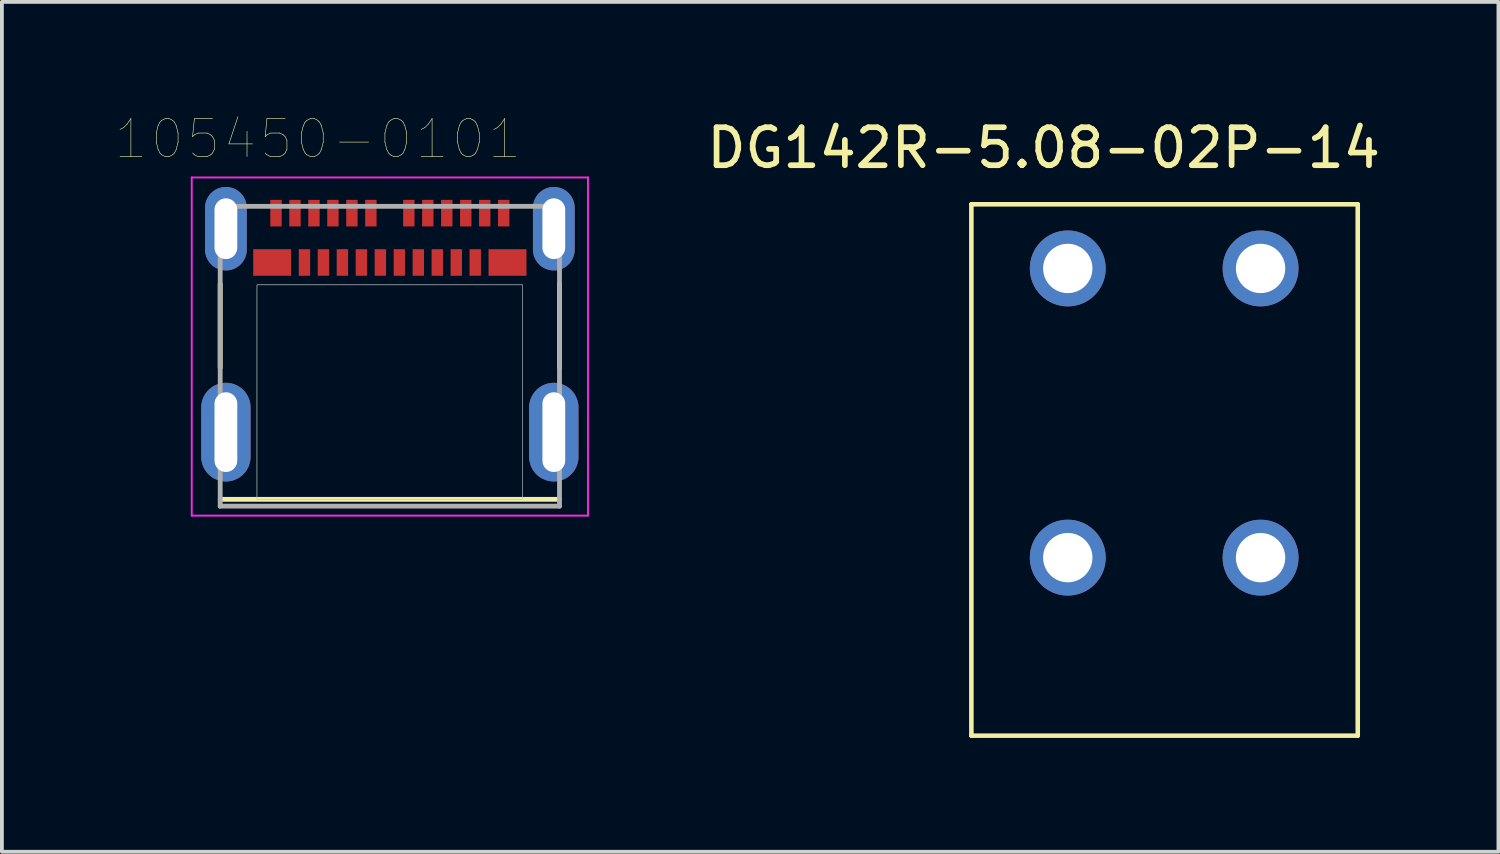
<source format=kicad_pcb>
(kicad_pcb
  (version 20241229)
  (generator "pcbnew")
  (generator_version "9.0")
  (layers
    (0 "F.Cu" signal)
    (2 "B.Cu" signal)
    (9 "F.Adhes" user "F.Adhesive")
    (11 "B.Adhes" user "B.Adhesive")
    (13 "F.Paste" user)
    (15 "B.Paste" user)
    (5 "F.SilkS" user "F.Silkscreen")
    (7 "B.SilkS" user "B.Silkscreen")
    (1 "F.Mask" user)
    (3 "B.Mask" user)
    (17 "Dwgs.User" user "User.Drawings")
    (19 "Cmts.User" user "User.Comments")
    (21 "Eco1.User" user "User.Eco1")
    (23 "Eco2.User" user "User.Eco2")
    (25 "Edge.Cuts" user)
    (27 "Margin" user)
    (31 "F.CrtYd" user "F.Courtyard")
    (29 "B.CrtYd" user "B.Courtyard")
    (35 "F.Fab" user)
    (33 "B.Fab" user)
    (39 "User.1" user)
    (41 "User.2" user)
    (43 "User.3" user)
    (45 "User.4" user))
  (footprint "105450-0101"
    (layer "F.Cu")
    (at 7.222 6.336)
    (property "Reference" "105450-0101" (at -1.899 -5.723 0) (layer "F.SilkS") (effects (font (size 1.004 1.004) (thickness 0.015))))
    (attr through_hole)
    (fp_line (start -4.47 0.3) (end -4.47 -1.9) (stroke (width 0.127) (type solid)) (layer "F.SilkS"))
    (fp_line (start -4.47 3.77) (end 4.47 3.77) (stroke (width 0.127) (type solid)) (layer "F.SilkS"))
    (fp_line (start 4.47 0.3) (end 4.47 -1.9) (stroke (width 0.127) (type solid)) (layer "F.SilkS"))
    (fp_poly (pts (xy -3.502 -1.88) (xy 3.5 -1.88) (xy 3.5 3.773) (xy -3.502 3.773)) (stroke (width 0.01) (type solid)) (fill no) (layer "Dwgs.User"))
    (fp_poly (pts (xy -3.501 -1.88) (xy 3.5 -1.88) (xy 3.5 3.771) (xy -3.501 3.771)) (stroke (width 0.01) (type solid)) (fill no) (layer "Dwgs.User"))
    (fp_line (start -5.22 -4.71) (end 5.22 -4.71) (stroke (width 0.05) (type solid)) (layer "F.CrtYd"))
    (fp_line (start -5.22 4.2) (end -5.22 -4.71) (stroke (width 0.05) (type solid)) (layer "F.CrtYd"))
    (fp_line (start 5.22 -4.71) (end 5.22 4.2) (stroke (width 0.05) (type solid)) (layer "F.CrtYd"))
    (fp_line (start 5.22 4.2) (end -5.22 4.2) (stroke (width 0.05) (type solid)) (layer "F.CrtYd"))
    (fp_line (start -4.47 -3.95) (end -4.47 3.95) (stroke (width 0.127) (type solid)) (layer "F.Fab"))
    (fp_line (start -4.47 3.95) (end 4.47 3.95) (stroke (width 0.127) (type solid)) (layer "F.Fab"))
    (fp_line (start 4.47 -3.95) (end -4.47 -3.95) (stroke (width 0.127) (type solid)) (layer "F.Fab"))
    (fp_line (start 4.47 3.95) (end 4.47 -3.95) (stroke (width 0.127) (type solid)) (layer "F.Fab"))
    (pad "A1" smd rect (at -3 -3.77) (size 0.3 0.7) (layers "F.Cu" "F.Mask" "F.Paste"))
    (pad "A2" smd rect (at -2.5 -3.77) (size 0.3 0.7) (layers "F.Cu" "F.Mask" "F.Paste"))
    (pad "A3" smd rect (at -2 -3.77) (size 0.3 0.7) (layers "F.Cu" "F.Mask" "F.Paste"))
    (pad "A4" smd rect (at -1.5 -3.77) (size 0.3 0.7) (layers "F.Cu" "F.Mask" "F.Paste"))
    (pad "A5" smd rect (at -1 -3.77) (size 0.3 0.7) (layers "F.Cu" "F.Mask" "F.Paste"))
    (pad "A6" smd rect (at -0.5 -3.77) (size 0.3 0.7) (layers "F.Cu" "F.Mask" "F.Paste"))
    (pad "A7" smd rect (at 0.5 -3.77) (size 0.3 0.7) (layers "F.Cu" "F.Mask" "F.Paste"))
    (pad "A8" smd rect (at 1 -3.77) (size 0.3 0.7) (layers "F.Cu" "F.Mask" "F.Paste"))
    (pad "A9" smd rect (at 1.5 -3.77) (size 0.3 0.7) (layers "F.Cu" "F.Mask" "F.Paste"))
    (pad "A10" smd rect (at 2 -3.77) (size 0.3 0.7) (layers "F.Cu" "F.Mask" "F.Paste"))
    (pad "A11" smd rect (at 2.5 -3.77) (size 0.3 0.7) (layers "F.Cu" "F.Mask" "F.Paste"))
    (pad "A12" smd rect (at 3 -3.77) (size 0.3 0.7) (layers "F.Cu" "F.Mask" "F.Paste"))
    (pad "B1" smd rect (at 3.1 -2.47) (size 1 0.7) (layers "F.Cu" "F.Mask" "F.Paste"))
    (pad "B2" smd rect (at 2.25 -2.47) (size 0.3 0.7) (layers "F.Cu" "F.Mask" "F.Paste"))
    (pad "B3" smd rect (at 1.75 -2.47) (size 0.3 0.7) (layers "F.Cu" "F.Mask" "F.Paste"))
    (pad "B4" smd rect (at 1.25 -2.47) (size 0.3 0.7) (layers "F.Cu" "F.Mask" "F.Paste"))
    (pad "B5" smd rect (at 0.75 -2.47) (size 0.3 0.7) (layers "F.Cu" "F.Mask" "F.Paste"))
    (pad "B6" smd rect (at 0.25 -2.47) (size 0.3 0.7) (layers "F.Cu" "F.Mask" "F.Paste"))
    (pad "B7" smd rect (at -0.25 -2.47) (size 0.3 0.7) (layers "F.Cu" "F.Mask" "F.Paste"))
    (pad "B8" smd rect (at -0.75 -2.47) (size 0.3 0.7) (layers "F.Cu" "F.Mask" "F.Paste"))
    (pad "B9" smd rect (at -1.25 -2.47) (size 0.3 0.7) (layers "F.Cu" "F.Mask" "F.Paste"))
    (pad "B10" smd rect (at -1.75 -2.47) (size 0.3 0.7) (layers "F.Cu" "F.Mask" "F.Paste"))
    (pad "B11" smd rect (at -2.25 -2.47) (size 0.3 0.7) (layers "F.Cu" "F.Mask" "F.Paste"))
    (pad "B12" smd rect (at -3.1 -2.47) (size 1 0.7) (layers "F.Cu" "F.Mask" "F.Paste"))
    (pad "S1" thru_hole oval (at -4.32 -3.36) (size 1.1 2.2) (drill oval 0.6 1.6) (layers "*.Cu" "*.Mask"))
    (pad "S2" thru_hole oval (at 4.32 -3.36) (size 1.1 2.2) (drill oval 0.6 1.6) (layers "*.Cu" "*.Mask"))
    (pad "S3" thru_hole oval (at -4.32 2) (size 1.3 2.6) (drill oval 0.6 2.1) (layers "*.Cu" "*.Mask"))
    (pad "S4" thru_hole oval (at 4.32 2) (size 1.3 2.6) (drill oval 0.6 2.1) (layers "*.Cu" "*.Mask")))
  (footprint "DG142R-5.08-02P-14"
    (layer "F.Cu")
    (at 27.624 7.833)
    (property "Reference" "DG142R-5.08-02P-14" (at -3.175 -6.985 0) (layer "F.SilkS") (effects (font (size 1 1) (thickness 0.15))))
    (attr through_hole)
    (fp_line (start -5.08 -5.5) (end -5.08 8.5) (stroke (width 0.12) (type solid)) (layer "F.SilkS"))
    (fp_line (start -5.08 -5.5) (end 5.1 -5.5) (stroke (width 0.12) (type solid)) (layer "F.SilkS"))
    (fp_line (start -5.08 8.5) (end 5.1 8.5) (stroke (width 0.12) (type solid)) (layer "F.SilkS"))
    (fp_line (start 5.1 -5.5) (end 5.1 8.5) (stroke (width 0.12) (type solid)) (layer "F.SilkS"))
    (pad "1" thru_hole circle (at -2.54 -3.81) (size 2 2) (drill 1.3) (layers "*.Cu" "*.Mask"))
    (pad "1" thru_hole circle (at -2.54 3.81) (size 2 2) (drill 1.3) (layers "*.Cu" "*.Mask"))
    (pad "2" thru_hole circle (at 2.54 -3.81) (size 2 2) (drill 1.3) (layers "*.Cu" "*.Mask"))
    (pad "2" thru_hole circle (at 2.54 3.81) (size 2 2) (drill 1.3) (layers "*.Cu" "*.Mask")))
  (gr_rect
    (start -3 -3)
    (end 36.431 19.393)
    (stroke (width 0.1) (type default))
    (fill no)
    (layer "Edge.Cuts")))
</source>
